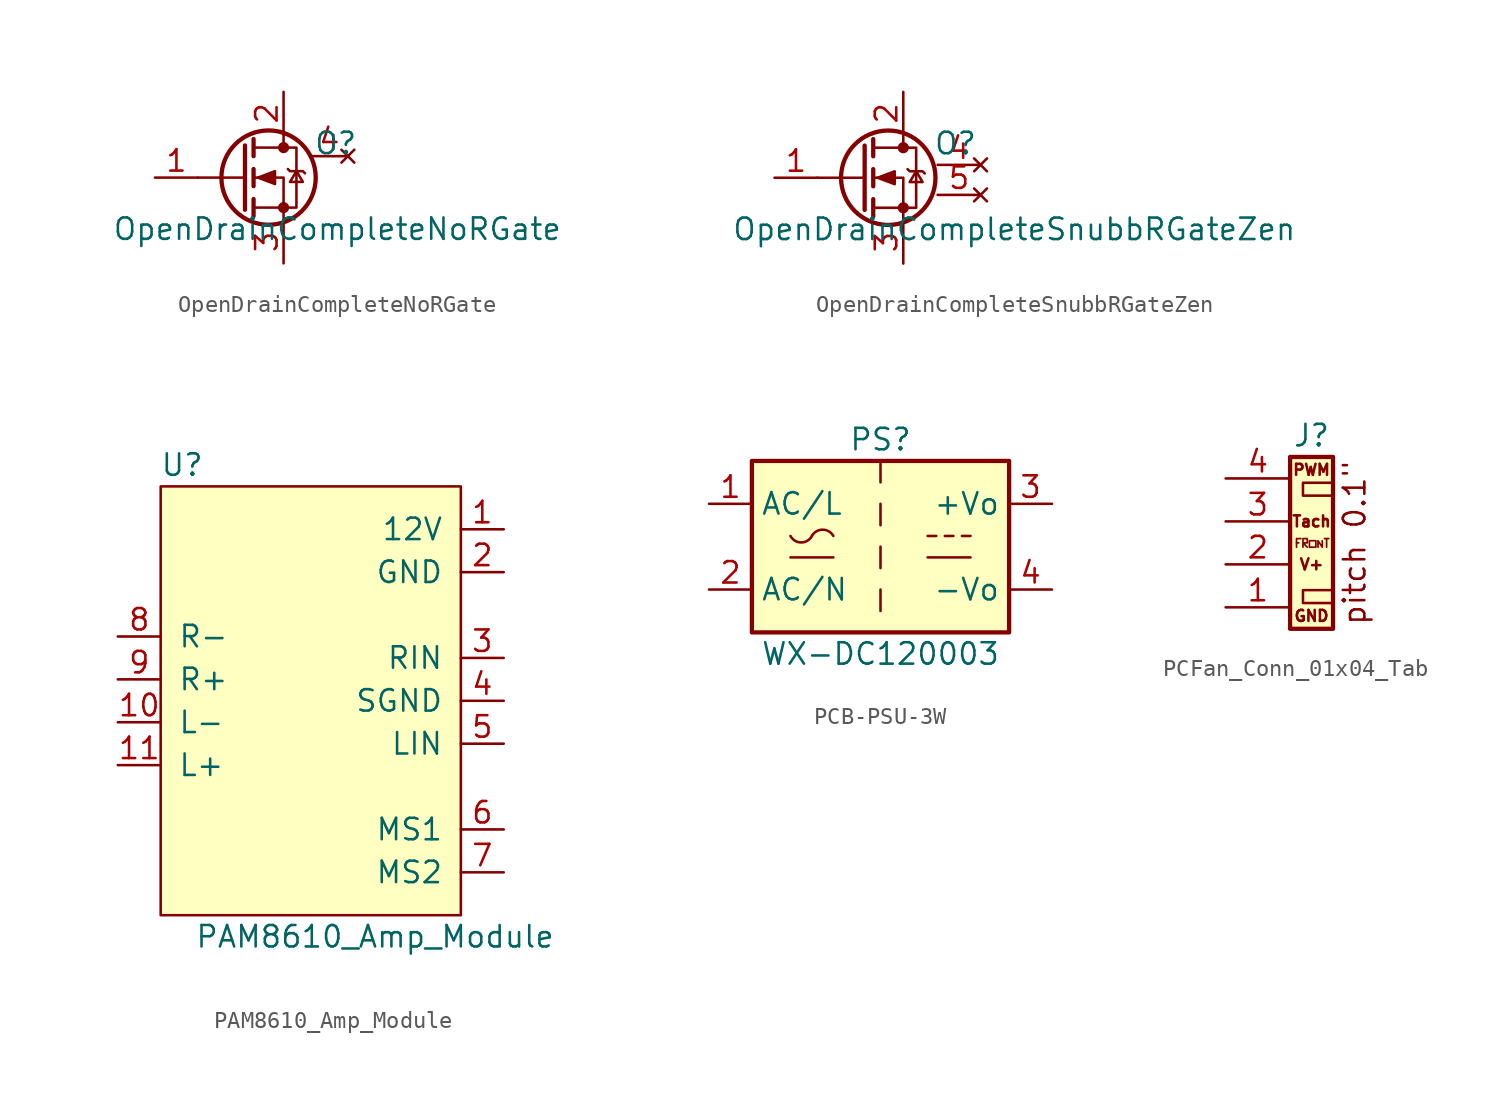
<source format=kicad_sym>
(kicad_symbol_lib
  (version 20231120)
  (generator "kicad_symbol_editor")
  (generator_version "8.0")
  (symbol "OpenDrainCompleteNoRGate"
    (pin_names
      (offset 0) hide)
    (property "Reference" "O"
      (at 4.318 2.032 0)
      (effects (font (size 1.27 1.27)) (justify left)))
    (property "Value" "OpenDrainCompleteNoRGate"
      (at -7.62 -3.048 0)
      (effects (font (size 1.27 1.27)) (justify left)))
    (symbol "OpenDrainCompleteNoRGate_0_1"
      (polyline (pts (xy 0.254 0) (xy -2.54 0)) (stroke (width 0) (type default)) (fill (type none)))
      (polyline (pts (xy 0.254 1.905) (xy 0.254 -1.905)) (stroke (width 0.254) (type default)) (fill (type none)))
      (polyline (pts (xy 0.762 -1.27) (xy 0.762 -2.286)) (stroke (width 0.254) (type default)) (fill (type none)))
      (polyline (pts (xy 0.762 0.508) (xy 0.762 -0.508)) (stroke (width 0.254) (type default)) (fill (type none)))
      (polyline (pts (xy 0.762 2.286) (xy 0.762 1.27)) (stroke (width 0.254) (type default)) (fill (type none)))
      (polyline (pts (xy 2.54 2.54) (xy 2.54 1.778)) (stroke (width 0) (type default)) (fill (type none)))
      (polyline (pts (xy 2.54 -2.54) (xy 2.54 0) (xy 0.762 0)) (stroke (width 0) (type default)) (fill (type none)))
      (polyline (pts (xy 0.762 -1.778) (xy 3.302 -1.778) (xy 3.302 1.778) (xy 0.762 1.778)) (stroke (width 0) (type default)) (fill (type none)))
      (polyline (pts (xy 1.016 0) (xy 2.032 0.381) (xy 2.032 -0.381) (xy 1.016 0)) (stroke (width 0) (type default)) (fill (type outline)))
      (polyline (pts (xy 2.794 0.508) (xy 2.921 0.381) (xy 3.683 0.381) (xy 3.81 0.254)) (stroke (width 0) (type default)) (fill (type none)))
      (polyline (pts (xy 3.302 0.381) (xy 2.921 -0.254) (xy 3.683 -0.254) (xy 3.302 0.381)) (stroke (width 0) (type default)) (fill (type none)))
      (circle (center 1.651 0) (radius 2.794) (stroke (width 0.254) (type default)) (fill (type none)))
      (circle (center 2.54 -1.778) (radius 0.254) (stroke (width 0) (type default)) (fill (type outline)))
      (circle (center 2.54 1.778) (radius 0.254) (stroke (width 0) (type default)) (fill (type outline))))
    (symbol "OpenDrainCompleteNoRGate_1_1"
      (pin input line (at -5.08 0 0) (length 2.54) (name "G" (effects (font (size 1.27 1.27)))) (number "1" (effects (font (size 1.27 1.27)))))
      (pin passive line (at 2.54 5.08 270) (length 2.54) (name "D" (effects (font (size 1.27 1.27)))) (number "2" (effects (font (size 1.27 1.27)))))
      (pin passive line (at 2.54 -5.08 90) (length 2.54) (name "S" (effects (font (size 1.27 1.27)))) (number "3" (effects (font (size 1.27 1.27)))))
      (pin no_connect line (at 6.35 1.27 180) (length 2.2) (name "~" (effects (font (size 1.27 1.27)))) (number "4" (effects (font (size 1.27 1.27)))))))
  (symbol "OpenDrainCompleteSnubbRGateZen"
    (pin_names
      (offset 0) hide)
    (property "Reference" "O"
      (at 4.318 2.032 0)
      (effects (font (size 1.27 1.27)) (justify left)))
    (property "Value" "OpenDrainCompleteSnubbRGateZen"
      (at -7.62 -3.048 0)
      (effects (font (size 1.27 1.27)) (justify left)))
    (symbol "OpenDrainCompleteSnubbRGateZen_0_1"
      (polyline (pts (xy 0.254 0) (xy -2.54 0)) (stroke (width 0) (type default)) (fill (type none)))
      (polyline (pts (xy 0.254 1.905) (xy 0.254 -1.905)) (stroke (width 0.254) (type default)) (fill (type none)))
      (polyline (pts (xy 0.762 -1.27) (xy 0.762 -2.286)) (stroke (width 0.254) (type default)) (fill (type none)))
      (polyline (pts (xy 0.762 0.508) (xy 0.762 -0.508)) (stroke (width 0.254) (type default)) (fill (type none)))
      (polyline (pts (xy 0.762 2.286) (xy 0.762 1.27)) (stroke (width 0.254) (type default)) (fill (type none)))
      (polyline (pts (xy 2.54 2.54) (xy 2.54 1.778)) (stroke (width 0) (type default)) (fill (type none)))
      (polyline (pts (xy 2.54 -2.54) (xy 2.54 0) (xy 0.762 0)) (stroke (width 0) (type default)) (fill (type none)))
      (polyline (pts (xy 0.762 -1.778) (xy 3.302 -1.778) (xy 3.302 1.778) (xy 0.762 1.778)) (stroke (width 0) (type default)) (fill (type none)))
      (polyline (pts (xy 1.016 0) (xy 2.032 0.381) (xy 2.032 -0.381) (xy 1.016 0)) (stroke (width 0) (type default)) (fill (type outline)))
      (polyline (pts (xy 2.794 0.508) (xy 2.921 0.381) (xy 3.683 0.381) (xy 3.81 0.254)) (stroke (width 0) (type default)) (fill (type none)))
      (polyline (pts (xy 3.302 0.381) (xy 2.921 -0.254) (xy 3.683 -0.254) (xy 3.302 0.381)) (stroke (width 0) (type default)) (fill (type none)))
      (circle (center 1.651 0) (radius 2.794) (stroke (width 0.254) (type default)) (fill (type none)))
      (circle (center 2.54 -1.778) (radius 0.254) (stroke (width 0) (type default)) (fill (type outline)))
      (circle (center 2.54 1.778) (radius 0.254) (stroke (width 0) (type default)) (fill (type outline))))
    (symbol "OpenDrainCompleteSnubbRGateZen_1_1"
      (pin input line (at -5.08 0 0) (length 2.54) (name "G" (effects (font (size 1.27 1.27)))) (number "1" (effects (font (size 1.27 1.27)))))
      (pin passive line (at 2.54 5.08 270) (length 2.54) (name "D" (effects (font (size 1.27 1.27)))) (number "2" (effects (font (size 1.27 1.27)))))
      (pin passive line (at 2.54 -5.08 90) (length 2.54) (name "S" (effects (font (size 1.27 1.27)))) (number "3" (effects (font (size 1.27 1.27)))))
      (pin no_connect line (at 7.112 0.762 180) (length 2.54) (name "~" (effects (font (size 1.27 1.27)))) (number "4" (effects (font (size 1.27 1.27)))))
      (pin no_connect line (at 7.112 -1.016 180) (length 2.54) (name "~" (effects (font (size 1.27 1.27)))) (number "5" (effects (font (size 1.27 1.27)))))))
  (symbol "PAM8610_Amp_Module"
    (pin_names
      (offset 1.016))
    (property "Reference" "U"
      (at -7.62 13.97 0)
      (effects (font (size 1.27 1.27))))
    (property "Value" "PAM8610_Amp_Module"
      (at 3.81 -13.97 0)
      (effects (font (size 1.27 1.27))))
    (symbol "PAM8610_Amp_Module_0_1"
      (rectangle (start -8.89 12.7) (end 8.89 -12.7) (stroke (width 0) (type default)) (fill (type background)))
      (rectangle (start 8.89 -13.97) (end 8.89 -13.97) (stroke (width 0) (type default)) (fill (type none))))
    (symbol "PAM8610_Amp_Module_1_1"
      (pin power_in line (at 11.43 10.16 180) (length 2.54) (name "12V" (effects (font (size 1.27 1.27)))) (number "1" (effects (font (size 1.27 1.27)))))
      (pin output line (at -11.43 -1.27 0) (length 2.54) (name "L-" (effects (font (size 1.27 1.27)))) (number "10" (effects (font (size 1.27 1.27)))))
      (pin output line (at -11.43 -3.81 0) (length 2.54) (name "L+" (effects (font (size 1.27 1.27)))) (number "11" (effects (font (size 1.27 1.27)))))
      (pin power_in line (at 11.43 7.62 180) (length 2.54) (name "GND" (effects (font (size 1.27 1.27)))) (number "2" (effects (font (size 1.27 1.27)))))
      (pin input line (at 11.43 2.54 180) (length 2.54) (name "RIN" (effects (font (size 1.27 1.27)))) (number "3" (effects (font (size 1.27 1.27)))))
      (pin input line (at 11.43 0 180) (length 2.54) (name "SGND" (effects (font (size 1.27 1.27)))) (number "4" (effects (font (size 1.27 1.27)))))
      (pin input line (at 11.43 -2.54 180) (length 2.54) (name "LIN" (effects (font (size 1.27 1.27)))) (number "5" (effects (font (size 1.27 1.27)))))
      (pin passive line (at 11.43 -7.62 180) (length 2.54) (name "MS1" (effects (font (size 1.27 1.27)))) (number "6" (effects (font (size 1.27 1.27)))))
      (pin passive line (at 11.43 -10.16 180) (length 2.54) (name "MS2" (effects (font (size 1.27 1.27)))) (number "7" (effects (font (size 1.27 1.27)))))
      (pin output line (at -11.43 3.81 0) (length 2.54) (name "R-" (effects (font (size 1.27 1.27)))) (number "8" (effects (font (size 1.27 1.27)))))
      (pin output line (at -11.43 1.27 0) (length 2.54) (name "R+" (effects (font (size 1.27 1.27)))) (number "9" (effects (font (size 1.27 1.27)))))))
  (symbol "PCB-PSU-3W"
    (property "Reference" "PS"
      (at 0 6.35 0)
      (effects (font (size 1.27 1.27))))
    (property "Value" "WX-DC120003"
      (at 0 -6.35 0)
      (effects (font (size 1.27 1.27))))
    (symbol "PCB-PSU-3W_0_1"
      (rectangle (start -7.62 5.08) (end 7.62 -5.08) (stroke (width 0.254) (type default)) (fill (type background)))
      (arc (start -5.334 0.635) (mid -4.699 0.2495) (end -4.064 0.635) (stroke (width 0) (type default)) (fill (type none)))
      (arc (start -2.794 0.635) (mid -3.429 1.0072) (end -4.064 0.635) (stroke (width 0) (type default)) (fill (type none)))
      (polyline (pts (xy -5.334 -0.635) (xy -2.794 -0.635)) (stroke (width 0) (type default)) (fill (type none)))
      (polyline (pts (xy 0 -2.54) (xy 0 -3.81)) (stroke (width 0) (type default)) (fill (type none)))
      (polyline (pts (xy 0 0) (xy 0 -1.27)) (stroke (width 0) (type default)) (fill (type none)))
      (polyline (pts (xy 0 2.54) (xy 0 1.27)) (stroke (width 0) (type default)) (fill (type none)))
      (polyline (pts (xy 0 5.08) (xy 0 3.81)) (stroke (width 0) (type default)) (fill (type none)))
      (polyline (pts (xy 2.794 -0.635) (xy 5.334 -0.635)) (stroke (width 0) (type default)) (fill (type none)))
      (polyline (pts (xy 2.794 0.635) (xy 3.302 0.635)) (stroke (width 0) (type default)) (fill (type none)))
      (polyline (pts (xy 3.81 0.635) (xy 4.318 0.635)) (stroke (width 0) (type default)) (fill (type none)))
      (polyline (pts (xy 4.826 0.635) (xy 5.334 0.635)) (stroke (width 0) (type default)) (fill (type none))))
    (symbol "PCB-PSU-3W_1_1"
      (pin power_in line (at -10.16 2.54 0) (length 2.54) (name "AC/L" (effects (font (size 1.27 1.27)))) (number "1" (effects (font (size 1.27 1.27)))))
      (pin power_in line (at -10.16 -2.54 0) (length 2.54) (name "AC/N" (effects (font (size 1.27 1.27)))) (number "2" (effects (font (size 1.27 1.27)))))
      (pin power_out line (at 10.16 2.54 180) (length 2.54) (name "+Vo" (effects (font (size 1.27 1.27)))) (number "3" (effects (font (size 1.27 1.27)))))
      (pin power_out line (at 10.16 -2.54 180) (length 2.54) (name "-Vo" (effects (font (size 1.27 1.27)))) (number "4" (effects (font (size 1.27 1.27)))))
      (pin no_connect line (at 0 -7.62 90) (length 2.54) hide (name "Mount" (effects (font (size 1.27 1.27)))) (number "5" (effects (font (size 1.27 1.27)))))
      (pin no_connect line (at -7.62 0 0) (length 2.54) hide (name "NC" (effects (font (size 1.27 1.27)))) (number "5" (effects (font (size 1.27 1.27)))))))
  (symbol "PCFan_Conn_01x04_Tab"
    (pin_names
      (offset 1.016) hide)
    (property "Reference" "J"
      (at 0 7.62 0)
      (effects (font (size 1.27 1.27))))
    (symbol "PCFan_Conn_01x04_Tab_0_1"
      (text "GND" (at 0 -3.048 0) (effects (font (size 0.65 0.65))))
      (text "pitch 0.1\"" (at 2.54 1.27 900) (effects (font (size 1.27 1.27))))
      (text "PWM" (at 0 5.588 0) (effects (font (size 0.65 0.65))))
      (text "Tach" (at 0 2.54 0) (effects (font (size 0.65 0.65))))
      (text "V+" (at 0 0 0) (effects (font (size 0.65 0.65)))))
    (symbol "PCFan_Conn_01x04_Tab_1_1"
      (rectangle (start -1.27 -3.81) (end 1.27 6.35) (stroke (width 0.254) (type default)) (fill (type background)))
      (polyline (pts (xy -0.889 1.27) (xy -0.762 1.27)) (stroke (width 0.102) (type default)) (fill (type none)))
      (polyline (pts (xy -0.889 1.016) (xy -0.889 1.524) (xy -0.635 1.524)) (stroke (width 0.102) (type default)) (fill (type none)))
      (polyline (pts (xy 0.381 1.016) (xy 0.381 1.397) (xy 0.635 1.016) (xy 0.635 1.397)) (stroke (width 0.102) (type default)) (fill (type none)))
      (polyline (pts (xy 0.889 1.016) (xy 0.889 1.524) (xy 0.762 1.524) (xy 1.016 1.524)) (stroke (width 0.102) (type default)) (fill (type none)))
      (polyline (pts (xy -0.127 1.016) (xy -0.127 1.397) (xy 0.254 1.397) (xy 0.254 1.016) (xy -0.127 1.016)) (stroke (width 0.102) (type default)) (fill (type none)))
      (polyline (pts (xy -0.508 1.016) (xy -0.508 1.524) (xy -0.254 1.524) (xy -0.254 1.27) (xy -0.508 1.27) (xy -0.254 1.016)) (stroke (width 0.102) (type default)) (fill (type none)))
      (rectangle (start 1.27 -2.286) (end -0.508 -1.524) (stroke (width 0) (type default)) (fill (type none)))
      (rectangle (start 1.27 4.064) (end -0.508 4.826) (stroke (width 0) (type default)) (fill (type none)))
      (pin passive line (at -5.08 -2.54 0) (length 3.81) (name "Pin_1" (effects (font (size 1.27 1.27)))) (number "1" (effects (font (size 1.27 1.27)))))
      (pin passive line (at -5.08 0 0) (length 3.81) (name "Pin_2" (effects (font (size 1.27 1.27)))) (number "2" (effects (font (size 1.27 1.27)))))
      (pin passive line (at -5.08 2.54 0) (length 3.81) (name "Pin_3" (effects (font (size 1.27 1.27)))) (number "3" (effects (font (size 1.27 1.27)))))
      (pin passive line (at -5.08 5.08 0) (length 3.81) (name "Pin_4" (effects (font (size 1.27 1.27)))) (number "4" (effects (font (size 1.27 1.27))))))))
</source>
